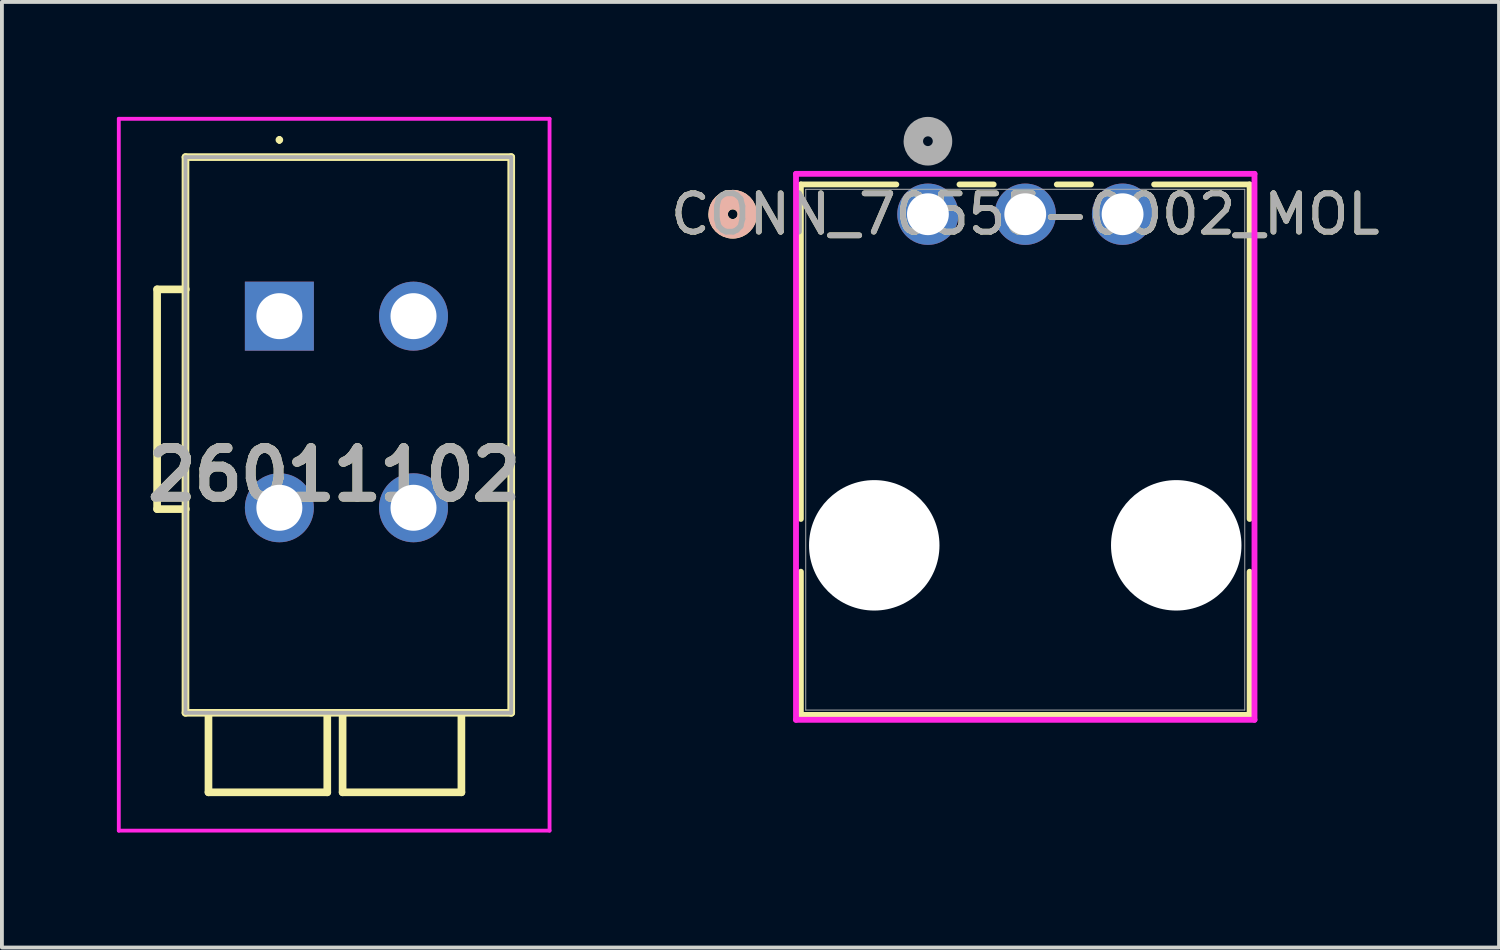
<source format=kicad_pcb>
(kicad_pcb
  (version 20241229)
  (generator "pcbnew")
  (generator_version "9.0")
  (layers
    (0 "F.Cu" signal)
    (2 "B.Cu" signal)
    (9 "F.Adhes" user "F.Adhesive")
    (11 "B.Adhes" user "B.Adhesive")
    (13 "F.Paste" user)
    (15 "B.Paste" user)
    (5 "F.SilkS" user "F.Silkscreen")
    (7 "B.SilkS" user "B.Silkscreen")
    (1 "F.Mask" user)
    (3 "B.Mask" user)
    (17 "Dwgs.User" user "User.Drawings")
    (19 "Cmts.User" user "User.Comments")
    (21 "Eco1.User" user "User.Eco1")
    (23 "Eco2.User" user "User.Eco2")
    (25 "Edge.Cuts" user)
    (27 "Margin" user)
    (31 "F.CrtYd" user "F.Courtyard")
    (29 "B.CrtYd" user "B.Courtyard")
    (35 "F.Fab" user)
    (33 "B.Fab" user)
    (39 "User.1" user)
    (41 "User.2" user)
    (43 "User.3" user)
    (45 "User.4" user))
  (footprint "CONN_70555-0002_MOL"
    (layer "F.Cu")
    (at 21.163 2.54)
    (property "Reference" "CONN_70555-0002_MOL" (at 2.54 0 0) (unlocked yes) (layer "F.SilkS") (effects (font (size 1 1) (thickness 0.15))))
    (attr through_hole)
    (fp_line (start -3.315 -0.777) (end -3.315 7.952) (stroke (width 0.152) (type solid)) (layer "F.SilkS"))
    (fp_line (start -3.315 9.328) (end -3.315 13.066) (stroke (width 0.152) (type solid)) (layer "F.SilkS"))
    (fp_line (start -3.315 13.066) (end 8.395 13.066) (stroke (width 0.152) (type solid)) (layer "F.SilkS"))
    (fp_line (start -0.824 -0.777) (end -3.315 -0.777) (stroke (width 0.152) (type solid)) (layer "F.SilkS"))
    (fp_line (start 1.716 -0.777) (end 0.824 -0.777) (stroke (width 0.152) (type solid)) (layer "F.SilkS"))
    (fp_line (start 4.256 -0.777) (end 3.364 -0.777) (stroke (width 0.152) (type solid)) (layer "F.SilkS"))
    (fp_line (start 8.395 -0.777) (end 5.904 -0.777) (stroke (width 0.152) (type solid)) (layer "F.SilkS"))
    (fp_line (start 8.395 7.952) (end 8.395 -0.777) (stroke (width 0.152) (type solid)) (layer "F.SilkS"))
    (fp_line (start 8.395 13.066) (end 8.395 9.328) (stroke (width 0.152) (type solid)) (layer "F.SilkS"))
    (fp_circle (center -5.093 0) (end -4.712 0) (stroke (width 0.508) (type solid)) (fill no) (layer "F.SilkS"))
    (fp_circle (center -5.093 0) (end -4.712 0) (stroke (width 0.508) (type solid)) (fill no) (layer "B.SilkS"))
    (fp_line (start -3.442 -1.054) (end -3.442 13.193) (stroke (width 0.152) (type solid)) (layer "F.CrtYd"))
    (fp_line (start -3.442 13.193) (end 8.522 13.193) (stroke (width 0.152) (type solid)) (layer "F.CrtYd"))
    (fp_line (start 8.522 -1.054) (end -3.442 -1.054) (stroke (width 0.152) (type solid)) (layer "F.CrtYd"))
    (fp_line (start 8.522 13.193) (end 8.522 -1.054) (stroke (width 0.152) (type solid)) (layer "F.CrtYd"))
    (fp_line (start -3.188 -0.65) (end -3.188 12.939) (stroke (width 0.025) (type solid)) (layer "F.Fab"))
    (fp_line (start -3.188 12.939) (end 8.268 12.939) (stroke (width 0.025) (type solid)) (layer "F.Fab"))
    (fp_line (start 8.268 -0.65) (end -3.188 -0.65) (stroke (width 0.025) (type solid)) (layer "F.Fab"))
    (fp_line (start 8.268 12.939) (end 8.268 -0.65) (stroke (width 0.025) (type solid)) (layer "F.Fab"))
    (fp_circle (center 0 -1.905) (end 0.381 -1.905) (stroke (width 0.508) (type solid)) (fill no) (layer "F.Fab"))
    (fp_text user "${REFERENCE}" (at 2.54 0 0) (unlocked yes) (layer "F.Fab") (effects (font (size 1 1) (thickness 0.15))))
    (pad "" np_thru_hole circle (at -1.4 8.64) (size 3.404 3.404) (drill 3.404) (layers "*.Cu" "*.Mask"))
    (pad "" np_thru_hole circle (at 6.48 8.64) (size 3.404 3.404) (drill 3.404) (layers "*.Cu" "*.Mask"))
    (pad "1" thru_hole circle (at 0 0) (size 1.6 1.6) (drill 1.092) (layers "*.Cu" "*.Mask"))
    (pad "2" thru_hole circle (at 2.54 0) (size 1.6 1.6) (drill 1.092) (layers "*.Cu" "*.Mask"))
    (pad "3" thru_hole circle (at 5.08 0) (size 1.6 1.6) (drill 1.092) (layers "*.Cu" "*.Mask")))
  (footprint "26011102"
    (layer "F.Cu")
    (at 4.24 5.2)
    (property "Reference" "26011102" (at 1.43 4.138 0) (layer "F.SilkS") (effects (font (size 1.27 1.27) (thickness 0.254))))
    (attr through_hole)
    (fp_line (start -3.19 -0.7) (end -3.19 5.034) (stroke (width 0.2) (type solid)) (layer "F.SilkS"))
    (fp_line (start -3.19 5.034) (end -2.44 5.034) (stroke (width 0.2) (type solid)) (layer "F.SilkS"))
    (fp_line (start -2.45 -4.15) (end 6.05 -4.15) (stroke (width 0.2) (type solid)) (layer "F.SilkS"))
    (fp_line (start -2.45 10.35) (end -2.45 -4.15) (stroke (width 0.2) (type solid)) (layer "F.SilkS"))
    (fp_line (start -2.44 -0.7) (end -3.19 -0.7) (stroke (width 0.2) (type solid)) (layer "F.SilkS"))
    (fp_line (start -1.85 10.35) (end -1.85 12.425) (stroke (width 0.2) (type solid)) (layer "F.SilkS"))
    (fp_line (start -1.85 12.425) (end 1.25 12.425) (stroke (width 0.2) (type solid)) (layer "F.SilkS"))
    (fp_line (start 0 -4.65) (end 0 -4.65) (stroke (width 0.1) (type solid)) (layer "F.SilkS"))
    (fp_line (start 0 -4.55) (end 0 -4.55) (stroke (width 0.1) (type solid)) (layer "F.SilkS"))
    (fp_line (start 1.25 12.425) (end 1.25 10.35) (stroke (width 0.2) (type solid)) (layer "F.SilkS"))
    (fp_line (start 1.65 10.35) (end 1.65 12.425) (stroke (width 0.2) (type solid)) (layer "F.SilkS"))
    (fp_line (start 1.65 12.425) (end 4.75 12.425) (stroke (width 0.2) (type solid)) (layer "F.SilkS"))
    (fp_line (start 4.75 12.425) (end 4.75 10.35) (stroke (width 0.2) (type solid)) (layer "F.SilkS"))
    (fp_line (start 6.05 -4.15) (end 6.05 10.35) (stroke (width 0.2) (type solid)) (layer "F.SilkS"))
    (fp_line (start 6.05 10.35) (end -2.45 10.35) (stroke (width 0.2) (type solid)) (layer "F.SilkS"))
    (fp_arc (start 0 -4.65) (mid 0.05 -4.6) (end 0 -4.55) (stroke (width 0.1) (type solid)) (layer "F.SilkS"))
    (fp_arc (start 0 -4.55) (mid -0.05 -4.6) (end 0 -4.65) (stroke (width 0.1) (type solid)) (layer "F.SilkS"))
    (fp_line (start -4.19 -5.15) (end 7.05 -5.15) (stroke (width 0.1) (type solid)) (layer "F.CrtYd"))
    (fp_line (start -4.19 13.425) (end -4.19 -5.15) (stroke (width 0.1) (type solid)) (layer "F.CrtYd"))
    (fp_line (start 7.05 -5.15) (end 7.05 13.425) (stroke (width 0.1) (type solid)) (layer "F.CrtYd"))
    (fp_line (start 7.05 13.425) (end -4.19 13.425) (stroke (width 0.1) (type solid)) (layer "F.CrtYd"))
    (fp_line (start -2.45 -4.15) (end 6.05 -4.15) (stroke (width 0.1) (type solid)) (layer "F.Fab"))
    (fp_line (start -2.45 10.35) (end -2.45 -4.15) (stroke (width 0.1) (type solid)) (layer "F.Fab"))
    (fp_line (start 6.05 -4.15) (end 6.05 10.35) (stroke (width 0.1) (type solid)) (layer "F.Fab"))
    (fp_line (start 6.05 10.35) (end -2.45 10.35) (stroke (width 0.1) (type solid)) (layer "F.Fab"))
    (fp_text user "${REFERENCE}" (at 1.43 4.138 0) (layer "F.Fab") (effects (font (size 1.27 1.27) (thickness 0.254))))
    (pad "1" thru_hole rect (at 0 0) (size 1.8 1.8) (drill 1.2) (layers "*.Cu" "*.Mask"))
    (pad "2" thru_hole circle (at 0 5) (size 1.8 1.8) (drill 1.2) (layers "*.Cu" "*.Mask"))
    (pad "3" thru_hole circle (at 3.5 0) (size 1.8 1.8) (drill 1.2) (layers "*.Cu" "*.Mask"))
    (pad "4" thru_hole circle (at 3.5 5) (size 1.8 1.8) (drill 1.2) (layers "*.Cu" "*.Mask")))
  (gr_rect
    (start -3 -3)
    (end 36.066 21.675)
    (stroke (width 0.1) (type default))
    (fill no)
    (layer "Edge.Cuts")))
</source>
